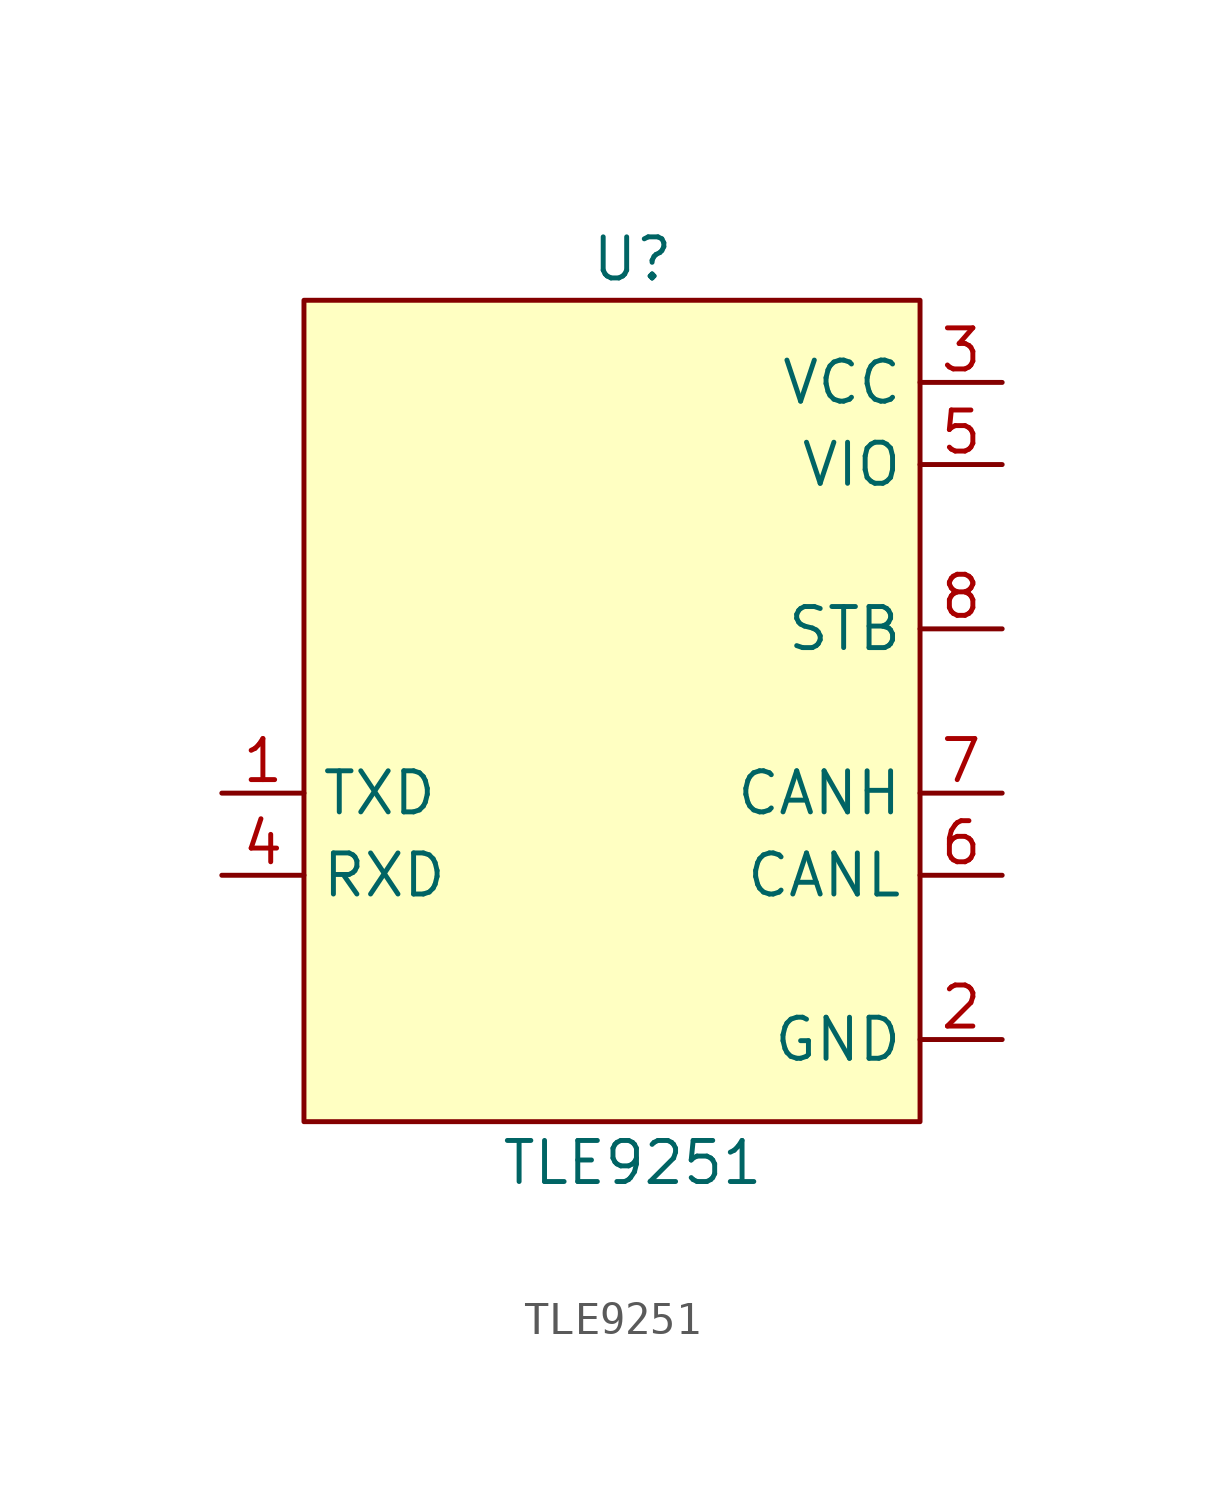
<source format=kicad_sym>
(kicad_symbol_lib
  (version 20211014)
  (generator kicad_symbol_editor)
  (symbol "TLE9251"
    (property "Reference" "U"
      (at 0 13.97 0)
      (effects (font (size 1.27 1.27))))
    (property "Value" "TLE9251"
      (at 0 -13.97 0)
      (effects (font (size 1.27 1.27))))
    (symbol "TLE9251_0_1"
      (rectangle (start 8.89 12.7) (end -10.16 -12.7) (stroke (width 0) (type default) (color 0 0 0 0)) (fill (type background))))
    (symbol "TLE9251_1_1"
      (pin input line (at -12.7 -2.54 0) (length 2.54) (name "TXD" (effects (font (size 1.27 1.27)))) (number "1" (effects (font (size 1.27 1.27)))))
      (pin passive line (at 11.43 -10.16 180) (length 2.54) (name "GND" (effects (font (size 1.27 1.27)))) (number "2" (effects (font (size 1.27 1.27)))))
      (pin power_in line (at 11.43 10.16 180) (length 2.54) (name "VCC" (effects (font (size 1.27 1.27)))) (number "3" (effects (font (size 1.27 1.27)))))
      (pin output line (at -12.7 -5.08 0) (length 2.54) (name "RXD" (effects (font (size 1.27 1.27)))) (number "4" (effects (font (size 1.27 1.27)))))
      (pin power_in line (at 11.43 7.62 180) (length 2.54) (name "VIO" (effects (font (size 1.27 1.27)))) (number "5" (effects (font (size 1.27 1.27)))))
      (pin bidirectional line (at 11.43 -5.08 180) (length 2.54) (name "CANL" (effects (font (size 1.27 1.27)))) (number "6" (effects (font (size 1.27 1.27)))))
      (pin bidirectional line (at 11.43 -2.54 180) (length 2.54) (name "CANH" (effects (font (size 1.27 1.27)))) (number "7" (effects (font (size 1.27 1.27)))))
      (pin input line (at 11.43 2.54 180) (length 2.54) (name "STB" (effects (font (size 1.27 1.27)))) (number "8" (effects (font (size 1.27 1.27))))))))
</source>
